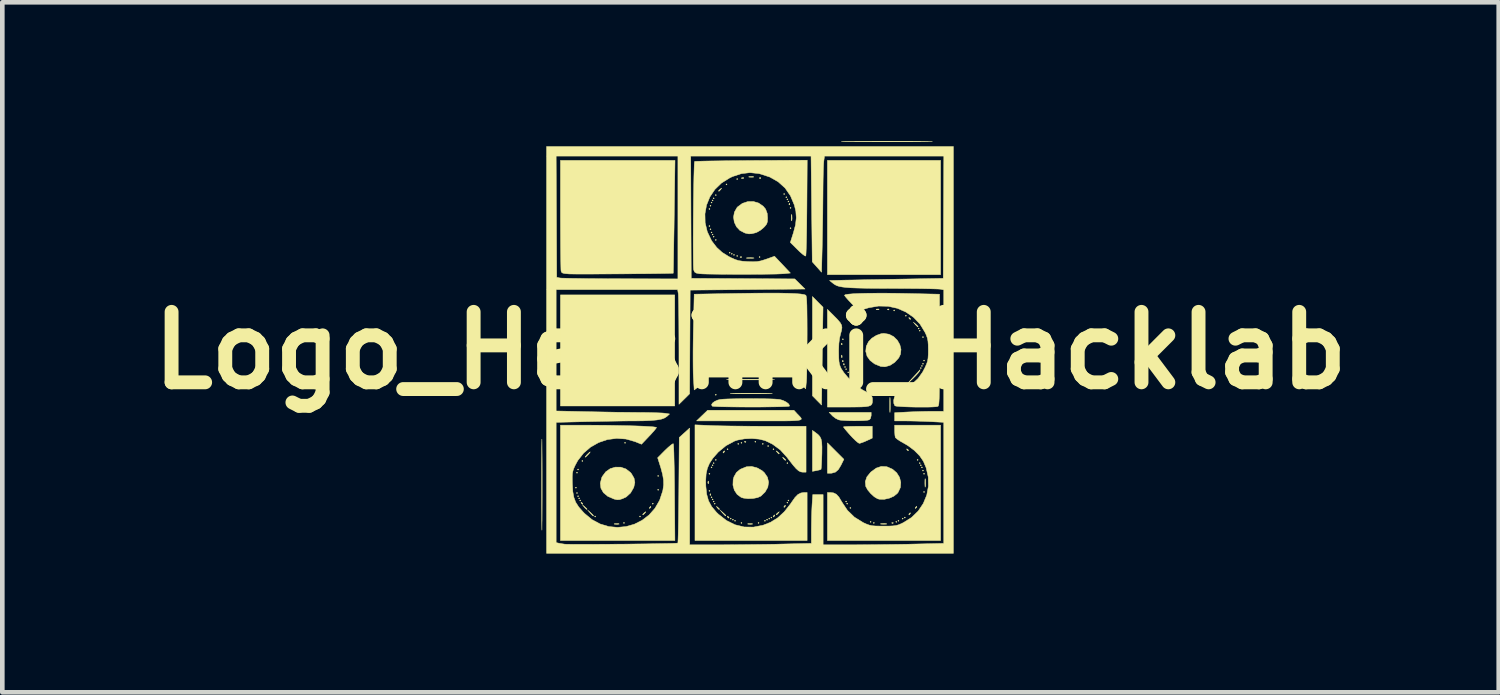
<source format=kicad_pcb>
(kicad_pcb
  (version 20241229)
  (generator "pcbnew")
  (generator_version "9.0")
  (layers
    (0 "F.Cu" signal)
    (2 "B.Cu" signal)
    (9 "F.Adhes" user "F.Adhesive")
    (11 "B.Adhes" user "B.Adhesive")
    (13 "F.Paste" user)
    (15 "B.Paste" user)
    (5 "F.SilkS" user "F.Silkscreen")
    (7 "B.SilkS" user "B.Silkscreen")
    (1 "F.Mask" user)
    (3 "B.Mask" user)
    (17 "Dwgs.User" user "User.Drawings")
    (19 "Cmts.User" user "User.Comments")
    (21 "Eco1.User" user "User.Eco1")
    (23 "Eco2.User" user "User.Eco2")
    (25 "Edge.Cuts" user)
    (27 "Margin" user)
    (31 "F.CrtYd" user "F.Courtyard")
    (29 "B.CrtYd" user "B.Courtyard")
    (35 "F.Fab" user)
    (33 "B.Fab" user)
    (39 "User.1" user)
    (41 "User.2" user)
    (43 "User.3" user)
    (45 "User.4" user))
  (footprint "Logo_Helsinki_Hacklab"
    (layer "F.Cu")
    (at 13.179 4.528)
    (property "Reference" "Logo_Helsinki_Hacklab" (at 0 0 0) (layer "F.SilkS") (effects (font (size 1.524 1.524) (thickness 0.3))))
    (attr through_hole)
    (fp_poly (pts (xy -3.764 2.967) (xy -3.775 2.979) (xy -3.787 2.967) (xy -3.775 2.956) (xy -3.764 2.967)) (stroke (width 0.01) (type solid)) (fill yes) (layer "F.SilkS"))
    (fp_poly (pts (xy -3.741 2.644) (xy -3.752 2.655) (xy -3.764 2.644) (xy -3.752 2.632) (xy -3.741 2.644)) (stroke (width 0.01) (type solid)) (fill yes) (layer "F.SilkS"))
    (fp_poly (pts (xy -3.741 3.083) (xy -3.752 3.094) (xy -3.764 3.083) (xy -3.752 3.071) (xy -3.741 3.083)) (stroke (width 0.01) (type solid)) (fill yes) (layer "F.SilkS"))
    (fp_poly (pts (xy -3.718 2.575) (xy -3.729 2.586) (xy -3.741 2.575) (xy -3.729 2.563) (xy -3.718 2.575)) (stroke (width 0.01) (type solid)) (fill yes) (layer "F.SilkS"))
    (fp_poly (pts (xy -3.718 3.152) (xy -3.729 3.163) (xy -3.741 3.152) (xy -3.729 3.14) (xy -3.718 3.152)) (stroke (width 0.01) (type solid)) (fill yes) (layer "F.SilkS"))
    (fp_poly (pts (xy -3.695 3.198) (xy -3.706 3.21) (xy -3.718 3.198) (xy -3.706 3.187) (xy -3.695 3.198)) (stroke (width 0.01) (type solid)) (fill yes) (layer "F.SilkS"))
    (fp_poly (pts (xy -3.671 3.244) (xy -3.683 3.256) (xy -3.695 3.244) (xy -3.683 3.233) (xy -3.671 3.244)) (stroke (width 0.01) (type solid)) (fill yes) (layer "F.SilkS"))
    (fp_poly (pts (xy -3.625 2.39) (xy -3.637 2.401) (xy -3.648 2.39) (xy -3.637 2.378) (xy -3.625 2.39)) (stroke (width 0.01) (type solid)) (fill yes) (layer "F.SilkS"))
    (fp_poly (pts (xy -3.348 3.591) (xy -3.36 3.602) (xy -3.371 3.591) (xy -3.36 3.579) (xy -3.348 3.591)) (stroke (width 0.01) (type solid)) (fill yes) (layer "F.SilkS"))
    (fp_poly (pts (xy -2.725 3.729) (xy -2.736 3.741) (xy -2.748 3.729) (xy -2.736 3.718) (xy -2.725 3.729)) (stroke (width 0.01) (type solid)) (fill yes) (layer "F.SilkS"))
    (fp_poly (pts (xy -2.702 1.997) (xy -2.713 2.009) (xy -2.725 1.997) (xy -2.713 1.986) (xy -2.702 1.997)) (stroke (width 0.01) (type solid)) (fill yes) (layer "F.SilkS"))
    (fp_poly (pts (xy -2.378 3.591) (xy -2.39 3.602) (xy -2.401 3.591) (xy -2.39 3.579) (xy -2.378 3.591)) (stroke (width 0.01) (type solid)) (fill yes) (layer "F.SilkS"))
    (fp_poly (pts (xy -2.101 3.314) (xy -2.113 3.325) (xy -2.124 3.314) (xy -2.113 3.302) (xy -2.101 3.314)) (stroke (width 0.01) (type solid)) (fill yes) (layer "F.SilkS"))
    (fp_poly (pts (xy -1.986 2.713) (xy -1.997 2.725) (xy -2.009 2.713) (xy -1.997 2.702) (xy -1.986 2.713)) (stroke (width 0.01) (type solid)) (fill yes) (layer "F.SilkS"))
    (fp_poly (pts (xy -1.986 3.013) (xy -1.997 3.025) (xy -2.009 3.013) (xy -1.997 3.002) (xy -1.986 3.013)) (stroke (width 0.01) (type solid)) (fill yes) (layer "F.SilkS"))
    (fp_poly (pts (xy -1.639 1.201) (xy -4.11 1.201) (xy -4.11 -1.201) (xy -1.639 -1.201) (xy -1.639 1.201)) (stroke (width 0.01) (type solid)) (fill yes) (layer "F.SilkS"))
    (fp_poly (pts (xy -0.877 -3.06) (xy -0.889 -3.048) (xy -0.901 -3.06) (xy -0.889 -3.071) (xy -0.877 -3.06)) (stroke (width 0.01) (type solid)) (fill yes) (layer "F.SilkS"))
    (fp_poly (pts (xy -0.877 -2.69) (xy -0.889 -2.679) (xy -0.901 -2.69) (xy -0.889 -2.702) (xy -0.877 -2.69)) (stroke (width 0.01) (type solid)) (fill yes) (layer "F.SilkS"))
    (fp_poly (pts (xy -0.877 2.667) (xy -0.889 2.679) (xy -0.901 2.667) (xy -0.889 2.655) (xy -0.877 2.667)) (stroke (width 0.01) (type solid)) (fill yes) (layer "F.SilkS"))
    (fp_poly (pts (xy -0.877 3.036) (xy -0.889 3.048) (xy -0.901 3.036) (xy -0.889 3.025) (xy -0.877 3.036)) (stroke (width 0.01) (type solid)) (fill yes) (layer "F.SilkS"))
    (fp_poly (pts (xy -0.854 -3.129) (xy -0.866 -3.117) (xy -0.877 -3.129) (xy -0.866 -3.14) (xy -0.854 -3.129)) (stroke (width 0.01) (type solid)) (fill yes) (layer "F.SilkS"))
    (fp_poly (pts (xy -0.854 -2.621) (xy -0.866 -2.609) (xy -0.877 -2.621) (xy -0.866 -2.632) (xy -0.854 -2.621)) (stroke (width 0.01) (type solid)) (fill yes) (layer "F.SilkS"))
    (fp_poly (pts (xy -0.831 -3.198) (xy -0.843 -3.187) (xy -0.854 -3.198) (xy -0.843 -3.21) (xy -0.831 -3.198)) (stroke (width 0.01) (type solid)) (fill yes) (layer "F.SilkS"))
    (fp_poly (pts (xy -0.831 -2.552) (xy -0.843 -2.54) (xy -0.854 -2.552) (xy -0.843 -2.563) (xy -0.831 -2.552)) (stroke (width 0.01) (type solid)) (fill yes) (layer "F.SilkS"))
    (fp_poly (pts (xy -0.831 2.528) (xy -0.843 2.54) (xy -0.854 2.528) (xy -0.843 2.517) (xy -0.831 2.528)) (stroke (width 0.01) (type solid)) (fill yes) (layer "F.SilkS"))
    (fp_poly (pts (xy -0.831 3.175) (xy -0.843 3.187) (xy -0.854 3.175) (xy -0.843 3.163) (xy -0.831 3.175)) (stroke (width 0.01) (type solid)) (fill yes) (layer "F.SilkS"))
    (fp_poly (pts (xy -0.808 -3.244) (xy -0.82 -3.233) (xy -0.831 -3.244) (xy -0.82 -3.256) (xy -0.808 -3.244)) (stroke (width 0.01) (type solid)) (fill yes) (layer "F.SilkS"))
    (fp_poly (pts (xy -0.808 -2.505) (xy -0.82 -2.494) (xy -0.831 -2.505) (xy -0.82 -2.517) (xy -0.808 -2.505)) (stroke (width 0.01) (type solid)) (fill yes) (layer "F.SilkS"))
    (fp_poly (pts (xy -0.808 2.482) (xy -0.82 2.494) (xy -0.831 2.482) (xy -0.82 2.471) (xy -0.808 2.482)) (stroke (width 0.01) (type solid)) (fill yes) (layer "F.SilkS"))
    (fp_poly (pts (xy -0.808 3.221) (xy -0.82 3.233) (xy -0.831 3.221) (xy -0.82 3.21) (xy -0.808 3.221)) (stroke (width 0.01) (type solid)) (fill yes) (layer "F.SilkS"))
    (fp_poly (pts (xy -0.785 -3.29) (xy -0.797 -3.279) (xy -0.808 -3.29) (xy -0.797 -3.302) (xy -0.785 -3.29)) (stroke (width 0.01) (type solid)) (fill yes) (layer "F.SilkS"))
    (fp_poly (pts (xy -0.785 -2.459) (xy -0.797 -2.448) (xy -0.808 -2.459) (xy -0.797 -2.471) (xy -0.785 -2.459)) (stroke (width 0.01) (type solid)) (fill yes) (layer "F.SilkS"))
    (fp_poly (pts (xy -0.785 2.436) (xy -0.797 2.448) (xy -0.808 2.436) (xy -0.797 2.425) (xy -0.785 2.436)) (stroke (width 0.01) (type solid)) (fill yes) (layer "F.SilkS"))
    (fp_poly (pts (xy -0.785 3.267) (xy -0.797 3.279) (xy -0.808 3.267) (xy -0.797 3.256) (xy -0.785 3.267)) (stroke (width 0.01) (type solid)) (fill yes) (layer "F.SilkS"))
    (fp_poly (pts (xy -0.762 3.314) (xy -0.774 3.325) (xy -0.785 3.314) (xy -0.774 3.302) (xy -0.762 3.314)) (stroke (width 0.01) (type solid)) (fill yes) (layer "F.SilkS"))
    (fp_poly (pts (xy -0.739 -3.36) (xy -0.75 -3.348) (xy -0.762 -3.36) (xy -0.75 -3.371) (xy -0.739 -3.36)) (stroke (width 0.01) (type solid)) (fill yes) (layer "F.SilkS"))
    (fp_poly (pts (xy -0.739 -2.39) (xy -0.75 -2.378) (xy -0.762 -2.39) (xy -0.75 -2.401) (xy -0.739 -2.39)) (stroke (width 0.01) (type solid)) (fill yes) (layer "F.SilkS"))
    (fp_poly (pts (xy -0.739 0.958) (xy -0.75 0.97) (xy -0.762 0.958) (xy -0.75 0.947) (xy -0.739 0.958)) (stroke (width 0.01) (type solid)) (fill yes) (layer "F.SilkS"))
    (fp_poly (pts (xy -0.739 2.367) (xy -0.75 2.378) (xy -0.762 2.367) (xy -0.75 2.355) (xy -0.739 2.367)) (stroke (width 0.01) (type solid)) (fill yes) (layer "F.SilkS"))
    (fp_poly (pts (xy -0.508 -3.591) (xy -0.52 -3.579) (xy -0.531 -3.591) (xy -0.52 -3.602) (xy -0.508 -3.591)) (stroke (width 0.01) (type solid)) (fill yes) (layer "F.SilkS"))
    (fp_poly (pts (xy -0.485 2.136) (xy -0.496 2.147) (xy -0.508 2.136) (xy -0.496 2.124) (xy -0.485 2.136)) (stroke (width 0.01) (type solid)) (fill yes) (layer "F.SilkS"))
    (fp_poly (pts (xy -0.439 -2.113) (xy -0.45 -2.101) (xy -0.462 -2.113) (xy -0.45 -2.124) (xy -0.439 -2.113)) (stroke (width 0.01) (type solid)) (fill yes) (layer "F.SilkS"))
    (fp_poly (pts (xy -0.416 3.637) (xy -0.427 3.648) (xy -0.439 3.637) (xy -0.427 3.625) (xy -0.416 3.637)) (stroke (width 0.01) (type solid)) (fill yes) (layer "F.SilkS"))
    (fp_poly (pts (xy -0.393 -2.09) (xy -0.404 -2.078) (xy -0.416 -2.09) (xy -0.404 -2.101) (xy -0.393 -2.09)) (stroke (width 0.01) (type solid)) (fill yes) (layer "F.SilkS"))
    (fp_poly (pts (xy -0.369 3.66) (xy -0.381 3.671) (xy -0.393 3.66) (xy -0.381 3.648) (xy -0.369 3.66)) (stroke (width 0.01) (type solid)) (fill yes) (layer "F.SilkS"))
    (fp_poly (pts (xy -0.346 -2.067) (xy -0.358 -2.055) (xy -0.369 -2.067) (xy -0.358 -2.078) (xy -0.346 -2.067)) (stroke (width 0.01) (type solid)) (fill yes) (layer "F.SilkS"))
    (fp_poly (pts (xy -0.323 3.683) (xy -0.335 3.695) (xy -0.346 3.683) (xy -0.335 3.671) (xy -0.323 3.683)) (stroke (width 0.01) (type solid)) (fill yes) (layer "F.SilkS"))
    (fp_poly (pts (xy -0.277 -3.706) (xy -0.289 -3.695) (xy -0.3 -3.706) (xy -0.289 -3.718) (xy -0.277 -3.706)) (stroke (width 0.01) (type solid)) (fill yes) (layer "F.SilkS"))
    (fp_poly (pts (xy -0.277 -2.044) (xy -0.289 -2.032) (xy -0.3 -2.044) (xy -0.289 -2.055) (xy -0.277 -2.044)) (stroke (width 0.01) (type solid)) (fill yes) (layer "F.SilkS"))
    (fp_poly (pts (xy -0.254 2.02) (xy -0.266 2.032) (xy -0.277 2.02) (xy -0.266 2.009) (xy -0.254 2.02)) (stroke (width 0.01) (type solid)) (fill yes) (layer "F.SilkS"))
    (fp_poly (pts (xy -0.185 1.997) (xy -0.196 2.009) (xy -0.208 1.997) (xy -0.196 1.986) (xy -0.185 1.997)) (stroke (width 0.01) (type solid)) (fill yes) (layer "F.SilkS"))
    (fp_poly (pts (xy -0.185 3.729) (xy -0.196 3.741) (xy -0.208 3.729) (xy -0.196 3.718) (xy -0.185 3.729)) (stroke (width 0.01) (type solid)) (fill yes) (layer "F.SilkS"))
    (fp_poly (pts (xy 0.115 1.974) (xy 0.104 1.986) (xy 0.092 1.974) (xy 0.104 1.963) (xy 0.115 1.974)) (stroke (width 0.01) (type solid)) (fill yes) (layer "F.SilkS"))
    (fp_poly (pts (xy 0.185 3.729) (xy 0.173 3.741) (xy 0.162 3.729) (xy 0.173 3.718) (xy 0.185 3.729)) (stroke (width 0.01) (type solid)) (fill yes) (layer "F.SilkS"))
    (fp_poly (pts (xy 0.208 -2.02) (xy 0.196 -2.009) (xy 0.185 -2.02) (xy 0.196 -2.032) (xy 0.208 -2.02)) (stroke (width 0.01) (type solid)) (fill yes) (layer "F.SilkS"))
    (fp_poly (pts (xy 0.277 2.02) (xy 0.266 2.032) (xy 0.254 2.02) (xy 0.266 2.009) (xy 0.277 2.02)) (stroke (width 0.01) (type solid)) (fill yes) (layer "F.SilkS"))
    (fp_poly (pts (xy 0.323 3.683) (xy 0.312 3.695) (xy 0.3 3.683) (xy 0.312 3.671) (xy 0.323 3.683)) (stroke (width 0.01) (type solid)) (fill yes) (layer "F.SilkS"))
    (fp_poly (pts (xy 0.369 3.66) (xy 0.358 3.671) (xy 0.346 3.66) (xy 0.358 3.648) (xy 0.369 3.66)) (stroke (width 0.01) (type solid)) (fill yes) (layer "F.SilkS"))
    (fp_poly (pts (xy 0.393 2.067) (xy 0.381 2.078) (xy 0.369 2.067) (xy 0.381 2.055) (xy 0.393 2.067)) (stroke (width 0.01) (type solid)) (fill yes) (layer "F.SilkS"))
    (fp_poly (pts (xy 0.416 3.637) (xy 0.404 3.648) (xy 0.393 3.637) (xy 0.404 3.625) (xy 0.416 3.637)) (stroke (width 0.01) (type solid)) (fill yes) (layer "F.SilkS"))
    (fp_poly (pts (xy 0.462 3.614) (xy 0.45 3.625) (xy 0.439 3.614) (xy 0.45 3.602) (xy 0.462 3.614)) (stroke (width 0.01) (type solid)) (fill yes) (layer "F.SilkS"))
    (fp_poly (pts (xy 0.508 2.136) (xy 0.496 2.147) (xy 0.485 2.136) (xy 0.496 2.124) (xy 0.508 2.136)) (stroke (width 0.01) (type solid)) (fill yes) (layer "F.SilkS"))
    (fp_poly (pts (xy 0.739 -3.383) (xy 0.727 -3.371) (xy 0.716 -3.383) (xy 0.727 -3.394) (xy 0.739 -3.383)) (stroke (width 0.01) (type solid)) (fill yes) (layer "F.SilkS"))
    (fp_poly (pts (xy 0.785 -3.314) (xy 0.774 -3.302) (xy 0.762 -3.314) (xy 0.774 -3.325) (xy 0.785 -3.314)) (stroke (width 0.01) (type solid)) (fill yes) (layer "F.SilkS"))
    (fp_poly (pts (xy 0.808 -3.267) (xy 0.797 -3.256) (xy 0.785 -3.267) (xy 0.797 -3.279) (xy 0.808 -3.267)) (stroke (width 0.01) (type solid)) (fill yes) (layer "F.SilkS"))
    (fp_poly (pts (xy 0.808 2.436) (xy 0.797 2.448) (xy 0.785 2.436) (xy 0.797 2.425) (xy 0.808 2.436)) (stroke (width 0.01) (type solid)) (fill yes) (layer "F.SilkS"))
    (fp_poly (pts (xy 0.808 3.29) (xy 0.797 3.302) (xy 0.785 3.29) (xy 0.797 3.279) (xy 0.808 3.29)) (stroke (width 0.01) (type solid)) (fill yes) (layer "F.SilkS"))
    (fp_poly (pts (xy 0.831 -3.221) (xy 0.82 -3.21) (xy 0.808 -3.221) (xy 0.82 -3.233) (xy 0.831 -3.221)) (stroke (width 0.01) (type solid)) (fill yes) (layer "F.SilkS"))
    (fp_poly (pts (xy 0.831 3.244) (xy 0.82 3.256) (xy 0.808 3.244) (xy 0.82 3.233) (xy 0.831 3.244)) (stroke (width 0.01) (type solid)) (fill yes) (layer "F.SilkS"))
    (fp_poly (pts (xy 0.877 -3.083) (xy 0.866 -3.071) (xy 0.854 -3.083) (xy 0.866 -3.094) (xy 0.877 -3.083)) (stroke (width 0.01) (type solid)) (fill yes) (layer "F.SilkS"))
    (fp_poly (pts (xy 0.877 -2.644) (xy 0.866 -2.632) (xy 0.854 -2.644) (xy 0.866 -2.655) (xy 0.877 -2.644)) (stroke (width 0.01) (type solid)) (fill yes) (layer "F.SilkS"))
    (fp_poly (pts (xy 2.009 -0.242) (xy 1.997 -0.231) (xy 1.986 -0.242) (xy 1.997 -0.254) (xy 2.009 -0.242)) (stroke (width 0.01) (type solid)) (fill yes) (layer "F.SilkS"))
    (fp_poly (pts (xy 2.055 0.358) (xy 2.044 0.369) (xy 2.032 0.358) (xy 2.044 0.346) (xy 2.055 0.358)) (stroke (width 0.01) (type solid)) (fill yes) (layer "F.SilkS"))
    (fp_poly (pts (xy 2.078 0.404) (xy 2.067 0.416) (xy 2.055 0.404) (xy 2.067 0.393) (xy 2.078 0.404)) (stroke (width 0.01) (type solid)) (fill yes) (layer "F.SilkS"))
    (fp_poly (pts (xy 2.078 3.267) (xy 2.067 3.279) (xy 2.055 3.267) (xy 2.067 3.256) (xy 2.078 3.267)) (stroke (width 0.01) (type solid)) (fill yes) (layer "F.SilkS"))
    (fp_poly (pts (xy 2.101 3.314) (xy 2.09 3.325) (xy 2.078 3.314) (xy 2.09 3.302) (xy 2.101 3.314)) (stroke (width 0.01) (type solid)) (fill yes) (layer "F.SilkS"))
    (fp_poly (pts (xy 2.124 0.473) (xy 2.113 0.485) (xy 2.101 0.473) (xy 2.113 0.462) (xy 2.124 0.473)) (stroke (width 0.01) (type solid)) (fill yes) (layer "F.SilkS"))
    (fp_poly (pts (xy 2.171 3.406) (xy 2.159 3.417) (xy 2.147 3.406) (xy 2.159 3.394) (xy 2.171 3.406)) (stroke (width 0.01) (type solid)) (fill yes) (layer "F.SilkS"))
    (fp_poly (pts (xy 2.609 3.706) (xy 2.598 3.718) (xy 2.586 3.706) (xy 2.598 3.695) (xy 2.609 3.706)) (stroke (width 0.01) (type solid)) (fill yes) (layer "F.SilkS"))
    (fp_poly (pts (xy 2.679 3.729) (xy 2.667 3.741) (xy 2.655 3.729) (xy 2.667 3.718) (xy 2.679 3.729)) (stroke (width 0.01) (type solid)) (fill yes) (layer "F.SilkS"))
    (fp_poly (pts (xy 3.117 -0.866) (xy 3.106 -0.854) (xy 3.094 -0.866) (xy 3.106 -0.877) (xy 3.117 -0.866)) (stroke (width 0.01) (type solid)) (fill yes) (layer "F.SilkS"))
    (fp_poly (pts (xy 3.163 3.706) (xy 3.152 3.718) (xy 3.14 3.706) (xy 3.152 3.695) (xy 3.163 3.706)) (stroke (width 0.01) (type solid)) (fill yes) (layer "F.SilkS"))
    (fp_poly (pts (xy 3.21 3.683) (xy 3.198 3.695) (xy 3.187 3.683) (xy 3.198 3.671) (xy 3.21 3.683)) (stroke (width 0.01) (type solid)) (fill yes) (layer "F.SilkS"))
    (fp_poly (pts (xy 3.302 0.774) (xy 3.29 0.785) (xy 3.279 0.774) (xy 3.29 0.762) (xy 3.302 0.774)) (stroke (width 0.01) (type solid)) (fill yes) (layer "F.SilkS"))
    (fp_poly (pts (xy 3.302 3.637) (xy 3.29 3.648) (xy 3.279 3.637) (xy 3.29 3.625) (xy 3.302 3.637)) (stroke (width 0.01) (type solid)) (fill yes) (layer "F.SilkS"))
    (fp_poly (pts (xy 3.348 3.614) (xy 3.337 3.625) (xy 3.325 3.614) (xy 3.337 3.602) (xy 3.348 3.614)) (stroke (width 0.01) (type solid)) (fill yes) (layer "F.SilkS"))
    (fp_poly (pts (xy 3.371 -0.75) (xy 3.36 -0.739) (xy 3.348 -0.75) (xy 3.36 -0.762) (xy 3.371 -0.75)) (stroke (width 0.01) (type solid)) (fill yes) (layer "F.SilkS"))
    (fp_poly (pts (xy 3.625 2.367) (xy 3.614 2.378) (xy 3.602 2.367) (xy 3.614 2.355) (xy 3.625 2.367)) (stroke (width 0.01) (type solid)) (fill yes) (layer "F.SilkS"))
    (fp_poly (pts (xy 3.648 -0.473) (xy 3.637 -0.462) (xy 3.625 -0.473) (xy 3.637 -0.485) (xy 3.648 -0.473)) (stroke (width 0.01) (type solid)) (fill yes) (layer "F.SilkS"))
    (fp_poly (pts (xy 3.671 -0.427) (xy 3.66 -0.416) (xy 3.648 -0.427) (xy 3.66 -0.439) (xy 3.671 -0.427)) (stroke (width 0.01) (type solid)) (fill yes) (layer "F.SilkS"))
    (fp_poly (pts (xy 3.671 2.436) (xy 3.66 2.448) (xy 3.648 2.436) (xy 3.66 2.425) (xy 3.671 2.436)) (stroke (width 0.01) (type solid)) (fill yes) (layer "F.SilkS"))
    (fp_poly (pts (xy 3.695 0.381) (xy 3.683 0.393) (xy 3.671 0.381) (xy 3.683 0.369) (xy 3.695 0.381)) (stroke (width 0.01) (type solid)) (fill yes) (layer "F.SilkS"))
    (fp_poly (pts (xy 3.695 2.482) (xy 3.683 2.494) (xy 3.671 2.482) (xy 3.683 2.471) (xy 3.695 2.482)) (stroke (width 0.01) (type solid)) (fill yes) (layer "F.SilkS"))
    (fp_poly (pts (xy 3.718 0.335) (xy 3.706 0.346) (xy 3.695 0.335) (xy 3.706 0.323) (xy 3.718 0.335)) (stroke (width 0.01) (type solid)) (fill yes) (layer "F.SilkS"))
    (fp_poly (pts (xy 3.718 2.528) (xy 3.706 2.54) (xy 3.695 2.528) (xy 3.706 2.517) (xy 3.718 2.528)) (stroke (width 0.01) (type solid)) (fill yes) (layer "F.SilkS"))
    (fp_poly (pts (xy 3.741 -0.289) (xy 3.729 -0.277) (xy 3.718 -0.289) (xy 3.729 -0.3) (xy 3.741 -0.289)) (stroke (width 0.01) (type solid)) (fill yes) (layer "F.SilkS"))
    (fp_poly (pts (xy 3.741 0.289) (xy 3.729 0.3) (xy 3.718 0.289) (xy 3.729 0.277) (xy 3.741 0.289)) (stroke (width 0.01) (type solid)) (fill yes) (layer "F.SilkS"))
    (fp_poly (pts (xy 3.741 2.598) (xy 3.729 2.609) (xy 3.718 2.598) (xy 3.729 2.586) (xy 3.741 2.598)) (stroke (width 0.01) (type solid)) (fill yes) (layer "F.SilkS"))
    (fp_poly (pts (xy 3.764 0.219) (xy 3.752 0.231) (xy 3.741 0.219) (xy 3.752 0.208) (xy 3.764 0.219)) (stroke (width 0.01) (type solid)) (fill yes) (layer "F.SilkS"))
    (fp_poly (pts (xy 3.764 2.667) (xy 3.752 2.679) (xy 3.741 2.667) (xy 3.752 2.655) (xy 3.764 2.667)) (stroke (width 0.01) (type solid)) (fill yes) (layer "F.SilkS"))
    (fp_poly (pts (xy 3.764 3.06) (xy 3.752 3.071) (xy 3.741 3.06) (xy 3.752 3.048) (xy 3.764 3.06)) (stroke (width 0.01) (type solid)) (fill yes) (layer "F.SilkS"))
    (fp_poly (pts (xy 4.11 -1.639) (xy 1.663 -1.639) (xy 1.663 -4.11) (xy 4.11 -4.11) (xy 4.11 -1.639)) (stroke (width 0.01) (type solid)) (fill yes) (layer "F.SilkS"))
    (fp_poly (pts (xy -0.908 2.836) (xy -0.905 2.872) (xy -0.91 2.88) (xy -0.92 2.873) (xy -0.922 2.85) (xy -0.916 2.825) (xy -0.908 2.836)) (stroke (width 0.01) (type solid)) (fill yes) (layer "F.SilkS"))
    (fp_poly (pts (xy -0.862 3.102) (xy -0.859 3.129) (xy -0.862 3.133) (xy -0.876 3.129) (xy -0.877 3.117) (xy -0.869 3.098) (xy -0.862 3.102)) (stroke (width 0.01) (type solid)) (fill yes) (layer "F.SilkS"))
    (fp_poly (pts (xy -0.192 -2.024) (xy -0.196 -2.011) (xy -0.208 -2.009) (xy -0.227 -2.017) (xy -0.223 -2.024) (xy -0.196 -2.027) (xy -0.192 -2.024)) (stroke (width 0.01) (type solid)) (fill yes) (layer "F.SilkS"))
    (fp_poly (pts (xy -0.145 -3.732) (xy -0.152 -3.721) (xy -0.175 -3.719) (xy -0.2 -3.725) (xy -0.189 -3.733) (xy -0.153 -3.736) (xy -0.145 -3.732)) (stroke (width 0.01) (type solid)) (fill yes) (layer "F.SilkS"))
    (fp_poly (pts (xy -0.1 1.97) (xy -0.103 1.984) (xy -0.115 1.986) (xy -0.134 1.977) (xy -0.131 1.97) (xy -0.103 1.968) (xy -0.1 1.97)) (stroke (width 0.01) (type solid)) (fill yes) (layer "F.SilkS"))
    (fp_poly (pts (xy 0.223 -3.733) (xy 0.22 -3.719) (xy 0.208 -3.718) (xy 0.189 -3.726) (xy 0.192 -3.733) (xy 0.22 -3.736) (xy 0.223 -3.733)) (stroke (width 0.01) (type solid)) (fill yes) (layer "F.SilkS"))
    (fp_poly (pts (xy 0.847 -3.179) (xy 0.849 -3.151) (xy 0.847 -3.148) (xy 0.833 -3.151) (xy 0.831 -3.163) (xy 0.84 -3.182) (xy 0.847 -3.179)) (stroke (width 0.01) (type solid)) (fill yes) (layer "F.SilkS"))
    (fp_poly (pts (xy 1.978 -0.154) (xy 1.981 -0.127) (xy 1.978 -0.123) (xy 1.964 -0.126) (xy 1.963 -0.139) (xy 1.971 -0.158) (xy 1.978 -0.154)) (stroke (width 0.01) (type solid)) (fill yes) (layer "F.SilkS"))
    (fp_poly (pts (xy 1.979 0.111) (xy 1.981 0.147) (xy 1.977 0.155) (xy 1.966 0.148) (xy 1.965 0.125) (xy 1.97 0.1) (xy 1.979 0.111)) (stroke (width 0.01) (type solid)) (fill yes) (layer "F.SilkS"))
    (fp_poly (pts (xy 2.001 0.216) (xy 2.004 0.243) (xy 2.001 0.246) (xy 1.987 0.243) (xy 1.986 0.231) (xy 1.994 0.212) (xy 2.001 0.216)) (stroke (width 0.01) (type solid)) (fill yes) (layer "F.SilkS"))
    (fp_poly (pts (xy 2.024 0.285) (xy 2.027 0.312) (xy 2.024 0.316) (xy 2.011 0.312) (xy 2.009 0.3) (xy 2.017 0.281) (xy 2.024 0.285)) (stroke (width 0.01) (type solid)) (fill yes) (layer "F.SilkS"))
    (fp_poly (pts (xy 2.777 -0.893) (xy 2.78 -0.884) (xy 2.748 -0.881) (xy 2.715 -0.885) (xy 2.719 -0.893) (xy 2.766 -0.896) (xy 2.777 -0.893)) (stroke (width 0.01) (type solid)) (fill yes) (layer "F.SilkS"))
    (fp_poly (pts (xy 2.994 -0.893) (xy 2.991 -0.879) (xy 2.979 -0.877) (xy 2.96 -0.886) (xy 2.963 -0.893) (xy 2.991 -0.896) (xy 2.994 -0.893)) (stroke (width 0.01) (type solid)) (fill yes) (layer "F.SilkS"))
    (fp_poly (pts (xy 3.086 3.725) (xy 3.083 3.739) (xy 3.071 3.741) (xy 3.052 3.732) (xy 3.056 3.725) (xy 3.083 3.723) (xy 3.086 3.725)) (stroke (width 0.01) (type solid)) (fill yes) (layer "F.SilkS"))
    (fp_poly (pts (xy -3.652 3.288) (xy -3.627 3.312) (xy -3.632 3.325) (xy -3.635 3.325) (xy -3.655 3.309) (xy -3.662 3.298) (xy -3.665 3.283) (xy -3.652 3.288)) (stroke (width 0.01) (type solid)) (fill yes) (layer "F.SilkS"))
    (fp_poly (pts (xy -3.585 3.381) (xy -3.548 3.414) (xy -3.533 3.433) (xy -3.543 3.438) (xy -3.577 3.407) (xy -3.593 3.389) (xy -3.637 3.337) (xy -3.585 3.381)) (stroke (width 0.01) (type solid)) (fill yes) (layer "F.SilkS"))
    (fp_poly (pts (xy -0.488 3.588) (xy -0.464 3.612) (xy -0.469 3.625) (xy -0.472 3.625) (xy -0.492 3.609) (xy -0.499 3.599) (xy -0.501 3.583) (xy -0.488 3.588)) (stroke (width 0.01) (type solid)) (fill yes) (layer "F.SilkS"))
    (fp_poly (pts (xy 1.454 -1.05) (xy 1.568 -0.935) (xy 1.552 0.122) (xy 1.536 1.18) (xy 1.437 1.08) (xy 1.339 0.98) (xy 1.339 -1.166) (xy 1.454 -1.05)) (stroke (width 0.01) (type solid)) (fill yes) (layer "F.SilkS"))
    (fp_poly (pts (xy 3.391 2.134) (xy 3.415 2.155) (xy 3.417 2.16) (xy 3.406 2.17) (xy 3.384 2.149) (xy 3.381 2.144) (xy 3.378 2.128) (xy 3.391 2.134)) (stroke (width 0.01) (type solid)) (fill yes) (layer "F.SilkS"))
    (fp_poly (pts (xy 3.437 -0.706) (xy 3.462 -0.685) (xy 3.464 -0.68) (xy 3.453 -0.67) (xy 3.43 -0.692) (xy 3.427 -0.696) (xy 3.424 -0.712) (xy 3.437 -0.706)) (stroke (width 0.01) (type solid)) (fill yes) (layer "F.SilkS"))
    (fp_poly (pts (xy 3.573 -0.568) (xy 3.61 -0.534) (xy 3.625 -0.516) (xy 3.615 -0.51) (xy 3.582 -0.541) (xy 3.565 -0.56) (xy 3.521 -0.612) (xy 3.573 -0.568)) (stroke (width 0.01) (type solid)) (fill yes) (layer "F.SilkS"))
    (fp_poly (pts (xy -3.458 3.508) (xy -3.41 3.553) (xy -3.395 3.575) (xy -3.402 3.579) (xy -3.42 3.564) (xy -3.457 3.525) (xy -3.465 3.516) (xy -3.521 3.452) (xy -3.458 3.508)) (stroke (width 0.01) (type solid)) (fill yes) (layer "F.SilkS"))
    (fp_poly (pts (xy -2.846 3.748) (xy -2.84 3.754) (xy -2.873 3.758) (xy -2.898 3.758) (xy -2.943 3.756) (xy -2.949 3.751) (xy -2.938 3.747) (xy -2.878 3.744) (xy -2.846 3.748)) (stroke (width 0.01) (type solid)) (fill yes) (layer "F.SilkS"))
    (fp_poly (pts (xy -2.27 3.499) (xy -2.283 3.516) (xy -2.317 3.551) (xy -2.332 3.551) (xy -2.332 3.547) (xy -2.316 3.528) (xy -2.292 3.507) (xy -2.264 3.487) (xy -2.27 3.499)) (stroke (width 0.01) (type solid)) (fill yes) (layer "F.SilkS"))
    (fp_poly (pts (xy -2.155 3.386) (xy -2.159 3.394) (xy -2.181 3.416) (xy -2.185 3.417) (xy -2.186 3.403) (xy -2.182 3.394) (xy -2.16 3.372) (xy -2.156 3.371) (xy -2.155 3.386)) (stroke (width 0.01) (type solid)) (fill yes) (layer "F.SilkS"))
    (fp_poly (pts (xy -0.727 3.379) (xy -0.71 3.391) (xy -0.674 3.425) (xy -0.674 3.44) (xy -0.678 3.441) (xy -0.698 3.425) (xy -0.719 3.4) (xy -0.739 3.373) (xy -0.727 3.379)) (stroke (width 0.01) (type solid)) (fill yes) (layer "F.SilkS"))
    (fp_poly (pts (xy -0.631 -3.498) (xy -0.644 -3.481) (xy -0.677 -3.445) (xy -0.692 -3.445) (xy -0.693 -3.449) (xy -0.677 -3.469) (xy -0.652 -3.49) (xy -0.625 -3.51) (xy -0.631 -3.498)) (stroke (width 0.01) (type solid)) (fill yes) (layer "F.SilkS"))
    (fp_poly (pts (xy -0.595 3.508) (xy -0.546 3.553) (xy -0.531 3.575) (xy -0.539 3.579) (xy -0.557 3.564) (xy -0.593 3.525) (xy -0.602 3.516) (xy -0.658 3.452) (xy -0.595 3.508)) (stroke (width 0.01) (type solid)) (fill yes) (layer "F.SilkS"))
    (fp_poly (pts (xy -0.561 2.185) (xy -0.566 2.194) (xy -0.587 2.216) (xy -0.592 2.217) (xy -0.593 2.202) (xy -0.589 2.194) (xy -0.567 2.172) (xy -0.563 2.171) (xy -0.561 2.185)) (stroke (width 0.01) (type solid)) (fill yes) (layer "F.SilkS"))
    (fp_poly (pts (xy 0.041 3.748) (xy 0.046 3.754) (xy 0.013 3.758) (xy -0.012 3.758) (xy -0.056 3.756) (xy -0.063 3.751) (xy -0.052 3.747) (xy 0.008 3.744) (xy 0.041 3.748)) (stroke (width 0.01) (type solid)) (fill yes) (layer "F.SilkS"))
    (fp_poly (pts (xy 0.064 -3.757) (xy 0.069 -3.75) (xy 0.036 -3.747) (xy 0.012 -3.747) (xy -0.033 -3.749) (xy -0.04 -3.754) (xy -0.029 -3.757) (xy 0.032 -3.761) (xy 0.064 -3.757)) (stroke (width 0.01) (type solid)) (fill yes) (layer "F.SilkS"))
    (fp_poly (pts (xy 0.524 3.571) (xy 0.52 3.579) (xy 0.498 3.601) (xy 0.494 3.602) (xy 0.492 3.587) (xy 0.496 3.579) (xy 0.518 3.557) (xy 0.522 3.556) (xy 0.524 3.571)) (stroke (width 0.01) (type solid)) (fill yes) (layer "F.SilkS"))
    (fp_poly (pts (xy 0.566 2.178) (xy 0.583 2.191) (xy 0.615 2.219) (xy 0.623 2.231) (xy 0.612 2.238) (xy 0.582 2.208) (xy 0.574 2.199) (xy 0.554 2.172) (xy 0.566 2.178)) (stroke (width 0.01) (type solid)) (fill yes) (layer "F.SilkS"))
    (fp_poly (pts (xy 0.616 3.499) (xy 0.603 3.516) (xy 0.57 3.551) (xy 0.555 3.551) (xy 0.554 3.547) (xy 0.57 3.528) (xy 0.595 3.507) (xy 0.622 3.487) (xy 0.616 3.499)) (stroke (width 0.01) (type solid)) (fill yes) (layer "F.SilkS"))
    (fp_poly (pts (xy 0.705 2.316) (xy 0.722 2.329) (xy 0.754 2.358) (xy 0.762 2.37) (xy 0.751 2.377) (xy 0.72 2.347) (xy 0.713 2.338) (xy 0.693 2.311) (xy 0.705 2.316)) (stroke (width 0.01) (type solid)) (fill yes) (layer "F.SilkS"))
    (fp_poly (pts (xy 0.755 3.363) (xy 0.75 3.371) (xy 0.729 3.393) (xy 0.725 3.394) (xy 0.723 3.379) (xy 0.727 3.371) (xy 0.749 3.349) (xy 0.753 3.348) (xy 0.755 3.363)) (stroke (width 0.01) (type solid)) (fill yes) (layer "F.SilkS"))
    (fp_poly (pts (xy 0.894 -2.926) (xy 0.898 -2.858) (xy 0.894 -2.811) (xy 0.888 -2.802) (xy 0.885 -2.832) (xy 0.884 -2.875) (xy 0.886 -2.927) (xy 0.89 -2.943) (xy 0.894 -2.926)) (stroke (width 0.01) (type solid)) (fill yes) (layer "F.SilkS"))
    (fp_poly (pts (xy 2.939 3.748) (xy 2.948 3.753) (xy 2.918 3.756) (xy 2.875 3.757) (xy 2.822 3.755) (xy 2.807 3.751) (xy 2.823 3.747) (xy 2.891 3.743) (xy 2.939 3.748)) (stroke (width 0.01) (type solid)) (fill yes) (layer "F.SilkS"))
    (fp_poly (pts (xy 3.364 0.731) (xy 3.36 0.739) (xy 3.338 0.761) (xy 3.334 0.762) (xy 3.332 0.747) (xy 3.337 0.739) (xy 3.358 0.717) (xy 3.362 0.716) (xy 3.364 0.731)) (stroke (width 0.01) (type solid)) (fill yes) (layer "F.SilkS"))
    (fp_poly (pts (xy 3.456 3.525) (xy 3.452 3.533) (xy 3.43 3.555) (xy 3.426 3.556) (xy 3.425 3.541) (xy 3.429 3.533) (xy 3.451 3.511) (xy 3.455 3.51) (xy 3.456 3.525)) (stroke (width 0.01) (type solid)) (fill yes) (layer "F.SilkS"))
    (fp_poly (pts (xy 3.595 3.386) (xy 3.591 3.394) (xy 3.569 3.416) (xy 3.565 3.417) (xy 3.563 3.403) (xy 3.568 3.394) (xy 3.589 3.372) (xy 3.593 3.371) (xy 3.595 3.386)) (stroke (width 0.01) (type solid)) (fill yes) (layer "F.SilkS"))
    (fp_poly (pts (xy 0.064 -2.002) (xy 0.077 -1.998) (xy 0.049 -1.994) (xy -0.012 -1.993) (xy -0.071 -1.994) (xy -0.094 -1.998) (xy -0.075 -2.002) (xy -0.075 -2.003) (xy 0.001 -2.006) (xy 0.064 -2.002)) (stroke (width 0.01) (type solid)) (fill yes) (layer "F.SilkS"))
    (fp_poly (pts (xy 1.841 2.176) (xy 2.019 2.354) (xy 1.956 2.482) (xy 1.899 2.576) (xy 1.836 2.631) (xy 1.756 2.654) (xy 1.719 2.655) (xy 1.663 2.655) (xy 1.663 1.998) (xy 1.841 2.176)) (stroke (width 0.01) (type solid)) (fill yes) (layer "F.SilkS"))
    (fp_poly (pts (xy 3.78 2.784) (xy 3.781 2.788) (xy 3.784 2.869) (xy 3.781 2.938) (xy 3.776 2.956) (xy 3.773 2.932) (xy 3.771 2.873) (xy 3.771 2.863) (xy 3.772 2.8) (xy 3.776 2.772) (xy 3.78 2.784)) (stroke (width 0.01) (type solid)) (fill yes) (layer "F.SilkS"))
    (fp_poly (pts (xy -3.473 2.208) (xy -3.503 2.244) (xy -3.51 2.251) (xy -3.549 2.29) (xy -3.574 2.309) (xy -3.576 2.309) (xy -3.57 2.295) (xy -3.54 2.259) (xy -3.533 2.251) (xy -3.493 2.213) (xy -3.469 2.194) (xy -3.467 2.194) (xy -3.473 2.208)) (stroke (width 0.01) (type solid)) (fill yes) (layer "F.SilkS"))
    (fp_poly (pts (xy 3.667 0.423) (xy 3.653 0.45) (xy 3.625 0.489) (xy 3.573 0.546) (xy 3.509 0.61) (xy 3.506 0.612) (xy 3.384 0.727) (xy 3.521 0.577) (xy 3.583 0.509) (xy 3.633 0.454) (xy 3.663 0.421) (xy 3.668 0.416) (xy 3.667 0.423)) (stroke (width 0.01) (type solid)) (fill yes) (layer "F.SilkS"))
    (fp_poly (pts (xy 3.018 1.037) (xy 3.019 1.045) (xy 3.022 1.151) (xy 3.021 1.265) (xy 3.019 1.31) (xy 3.016 1.341) (xy 3.013 1.329) (xy 3.011 1.278) (xy 3.011 1.193) (xy 3.011 1.178) (xy 3.011 1.088) (xy 3.013 1.032) (xy 3.015 1.014) (xy 3.018 1.037)) (stroke (width 0.01) (type solid)) (fill yes) (layer "F.SilkS"))
    (fp_poly (pts (xy 2.609 1.408) (xy 2.593 1.473) (xy 2.565 1.5) (xy 2.523 1.51) (xy 2.446 1.517) (xy 2.346 1.52) (xy 2.234 1.521) (xy 2.121 1.519) (xy 2.019 1.514) (xy 1.94 1.507) (xy 1.904 1.499) (xy 1.842 1.469) (xy 1.778 1.42) (xy 1.767 1.409) (xy 1.7 1.339) (xy 2.609 1.339) (xy 2.609 1.408)) (stroke (width 0.01) (type solid)) (fill yes) (layer "F.SilkS"))
    (fp_poly (pts (xy 1.405 1.776) (xy 1.461 1.819) (xy 1.5 1.863) (xy 1.526 1.916) (xy 1.54 1.987) (xy 1.545 2.085) (xy 1.544 2.218) (xy 1.543 2.251) (xy 1.539 2.366) (xy 1.535 2.463) (xy 1.53 2.533) (xy 1.525 2.569) (xy 1.524 2.571) (xy 1.496 2.582) (xy 1.441 2.595) (xy 1.426 2.598) (xy 1.339 2.614) (xy 1.339 1.729) (xy 1.405 1.776)) (stroke (width 0.01) (type solid)) (fill yes) (layer "F.SilkS"))
    (fp_poly (pts (xy 0.196 0.927) (xy 0.364 0.929) (xy 0.388 0.929) (xy 0.452 0.931) (xy 0.472 0.933) (xy 0.45 0.934) (xy 0.39 0.935) (xy 0.292 0.936) (xy 0.161 0.936) (xy 0.012 0.936) (xy -0.149 0.936) (xy -0.276 0.936) (xy -0.369 0.935) (xy -0.424 0.934) (xy -0.44 0.932) (xy -0.415 0.931) (xy -0.351 0.929) (xy -0.183 0.927) (xy 0.006 0.927) (xy 0.196 0.927)) (stroke (width 0.01) (type solid)) (fill yes) (layer "F.SilkS"))
    (fp_poly (pts (xy 1.007 1.368) (xy 1.041 1.403) (xy 1.07 1.433) (xy 1.09 1.457) (xy 1.099 1.477) (xy 1.093 1.492) (xy 1.069 1.504) (xy 1.023 1.513) (xy 0.952 1.518) (xy 0.853 1.522) (xy 0.723 1.524) (xy 0.558 1.524) (xy 0.355 1.524) (xy 0.11 1.524) (xy -0.014 1.524) (xy -1.166 1.523) (xy -1.047 1.408) (xy -0.927 1.293) (xy 0.938 1.293) (xy 1.007 1.368)) (stroke (width 0.01) (type solid)) (fill yes) (layer "F.SilkS"))
    (fp_poly (pts (xy 2.632 1.896) (xy 2.511 1.952) (xy 2.438 1.983) (xy 2.378 2.004) (xy 2.352 2.009) (xy 2.322 1.992) (xy 2.27 1.948) (xy 2.205 1.884) (xy 2.162 1.838) (xy 2.097 1.764) (xy 2.046 1.704) (xy 2.015 1.664) (xy 2.009 1.653) (xy 2.031 1.648) (xy 2.09 1.644) (xy 2.179 1.641) (xy 2.289 1.64) (xy 2.321 1.639) (xy 2.632 1.639) (xy 2.632 1.896)) (stroke (width 0.01) (type solid)) (fill yes) (layer "F.SilkS"))
    (fp_poly (pts (xy 0.168 0.627) (xy 0.358 0.628) (xy 0.421 0.629) (xy 0.493 0.631) (xy 0.52 0.632) (xy 0.505 0.633) (xy 0.451 0.634) (xy 0.36 0.635) (xy 0.233 0.636) (xy 0.073 0.636) (xy 0 0.636) (xy -0.173 0.636) (xy -0.313 0.635) (xy -0.419 0.635) (xy -0.488 0.634) (xy -0.519 0.633) (xy -0.509 0.631) (xy -0.455 0.63) (xy -0.421 0.629) (xy -0.243 0.627) (xy -0.04 0.626) (xy 0.168 0.627)) (stroke (width 0.01) (type solid)) (fill yes) (layer "F.SilkS"))
    (fp_poly (pts (xy 2.997 -0.35) (xy 3.096 -0.298) (xy 3.175 -0.22) (xy 3.229 -0.125) (xy 3.254 -0.022) (xy 3.243 0.081) (xy 3.206 0.16) (xy 3.118 0.257) (xy 3.016 0.323) (xy 2.908 0.353) (xy 2.817 0.346) (xy 2.686 0.293) (xy 2.586 0.217) (xy 2.52 0.124) (xy 2.492 0.019) (xy 2.503 -0.09) (xy 2.551 -0.188) (xy 2.624 -0.265) (xy 2.722 -0.326) (xy 2.827 -0.363) (xy 2.883 -0.369) (xy 2.997 -0.35)) (stroke (width 0.01) (type solid)) (fill yes) (layer "F.SilkS"))
    (fp_poly (pts (xy 0.138 2.537) (xy 0.247 2.597) (xy 0.299 2.643) (xy 0.366 2.741) (xy 0.391 2.848) (xy 0.374 2.957) (xy 0.316 3.06) (xy 0.225 3.149) (xy 0.152 3.182) (xy 0.052 3.201) (xy -0.056 3.205) (xy -0.155 3.192) (xy -0.202 3.177) (xy -0.289 3.113) (xy -0.35 3.021) (xy -0.38 2.911) (xy -0.375 2.793) (xy -0.358 2.733) (xy -0.304 2.638) (xy -0.22 2.569) (xy -0.1 2.52) (xy -0.085 2.515) (xy 0.023 2.508) (xy 0.138 2.537)) (stroke (width 0.01) (type solid)) (fill yes) (layer "F.SilkS"))
    (fp_poly (pts (xy -2.806 2.524) (xy -2.695 2.562) (xy -2.599 2.636) (xy -2.575 2.664) (xy -2.518 2.762) (xy -2.501 2.856) (xy -2.524 2.959) (xy -2.526 2.964) (xy -2.593 3.081) (xy -2.688 3.168) (xy -2.769 3.206) (xy -2.835 3.226) (xy -2.885 3.228) (xy -2.944 3.215) (xy -2.956 3.211) (xy -3.087 3.154) (xy -3.181 3.075) (xy -3.235 2.979) (xy -3.248 2.87) (xy -3.218 2.752) (xy -3.205 2.725) (xy -3.13 2.624) (xy -3.033 2.556) (xy -2.921 2.523) (xy -2.806 2.524)) (stroke (width 0.01) (type solid)) (fill yes) (layer "F.SilkS"))
    (fp_poly (pts (xy 2.939 2.513) (xy 2.954 2.517) (xy 3.071 2.568) (xy 3.161 2.646) (xy 3.222 2.743) (xy 3.249 2.851) (xy 3.241 2.962) (xy 3.193 3.066) (xy 3.173 3.092) (xy 3.1 3.151) (xy 3 3.195) (xy 2.892 3.219) (xy 2.791 3.218) (xy 2.748 3.207) (xy 2.676 3.164) (xy 2.6 3.095) (xy 2.534 3.016) (xy 2.494 2.943) (xy 2.492 2.94) (xy 2.482 2.837) (xy 2.516 2.735) (xy 2.595 2.637) (xy 2.608 2.625) (xy 2.719 2.544) (xy 2.827 2.508) (xy 2.939 2.513)) (stroke (width 0.01) (type solid)) (fill yes) (layer "F.SilkS"))
    (fp_poly (pts (xy 0.176 -3.187) (xy 0.276 -3.117) (xy 0.326 -3.056) (xy 0.361 -2.964) (xy 0.369 -2.866) (xy 0.366 -2.789) (xy 0.35 -2.736) (xy 0.312 -2.686) (xy 0.282 -2.655) (xy 0.211 -2.597) (xy 0.133 -2.553) (xy 0.103 -2.543) (xy 0.023 -2.524) (xy -0.038 -2.521) (xy -0.105 -2.535) (xy -0.124 -2.541) (xy -0.227 -2.593) (xy -0.303 -2.674) (xy -0.351 -2.774) (xy -0.367 -2.883) (xy -0.348 -2.991) (xy -0.293 -3.088) (xy -0.279 -3.104) (xy -0.176 -3.18) (xy -0.059 -3.219) (xy 0.061 -3.221) (xy 0.176 -3.187)) (stroke (width 0.01) (type solid)) (fill yes) (layer "F.SilkS"))
    (fp_poly (pts (xy -4.511 1.932) (xy -4.51 1.987) (xy -4.509 2.086) (xy -4.509 2.109) (xy -4.507 2.347) (xy -4.506 2.616) (xy -4.506 2.899) (xy -4.506 3.183) (xy -4.507 3.451) (xy -4.508 3.688) (xy -4.509 3.702) (xy -4.51 3.807) (xy -4.51 3.868) (xy -4.511 3.886) (xy -4.512 3.862) (xy -4.513 3.798) (xy -4.514 3.697) (xy -4.514 3.559) (xy -4.515 3.386) (xy -4.515 3.179) (xy -4.515 2.941) (xy -4.515 2.898) (xy -4.515 2.655) (xy -4.515 2.444) (xy -4.514 2.266) (xy -4.514 2.123) (xy -4.513 2.017) (xy -4.512 1.948) (xy -4.512 1.919) (xy -4.511 1.932)) (stroke (width 0.01) (type solid)) (fill yes) (layer "F.SilkS"))
    (fp_poly (pts (xy 3.229 -4.522) (xy 3.497 -4.522) (xy 3.735 -4.52) (xy 3.748 -4.52) (xy 3.853 -4.519) (xy 3.914 -4.518) (xy 3.932 -4.517) (xy 3.908 -4.516) (xy 3.845 -4.516) (xy 3.743 -4.515) (xy 3.605 -4.514) (xy 3.432 -4.514) (xy 3.225 -4.514) (xy 2.987 -4.514) (xy 2.944 -4.514) (xy 2.701 -4.514) (xy 2.49 -4.514) (xy 2.312 -4.514) (xy 2.169 -4.515) (xy 2.063 -4.515) (xy 1.994 -4.516) (xy 1.965 -4.517) (xy 1.978 -4.518) (xy 2.033 -4.519) (xy 2.132 -4.52) (xy 2.155 -4.52) (xy 2.394 -4.521) (xy 2.662 -4.522) (xy 2.946 -4.523) (xy 3.229 -4.522)) (stroke (width 0.01) (type solid)) (fill yes) (layer "F.SilkS"))
    (fp_poly (pts (xy 0.107 1.043) (xy 0.263 1.044) (xy 0.403 1.047) (xy 0.519 1.051) (xy 0.603 1.057) (xy 0.63 1.06) (xy 0.702 1.081) (xy 0.769 1.114) (xy 0.82 1.152) (xy 0.843 1.188) (xy 0.841 1.204) (xy 0.815 1.209) (xy 0.75 1.213) (xy 0.652 1.217) (xy 0.526 1.219) (xy 0.38 1.221) (xy 0.219 1.223) (xy 0.05 1.223) (xy -0.12 1.223) (xy -0.285 1.222) (xy -0.44 1.22) (xy -0.577 1.218) (xy -0.69 1.215) (xy -0.773 1.211) (xy -0.82 1.206) (xy -0.827 1.204) (xy -0.843 1.175) (xy -0.823 1.139) (xy -0.776 1.103) (xy -0.708 1.073) (xy -0.657 1.061) (xy -0.593 1.054) (xy -0.493 1.049) (xy -0.364 1.046) (xy -0.215 1.043) (xy -0.055 1.042) (xy 0.107 1.043)) (stroke (width 0.01) (type solid)) (fill yes) (layer "F.SilkS"))
    (fp_poly (pts (xy 1.799 -0.753) (xy 1.884 -0.666) (xy 1.94 -0.6) (xy 1.97 -0.545) (xy 1.977 -0.491) (xy 1.967 -0.427) (xy 1.949 -0.364) (xy 1.925 -0.264) (xy 1.911 -0.151) (xy 1.906 -0.011) (xy 1.906 0.035) (xy 1.908 0.153) (xy 1.913 0.237) (xy 1.924 0.3) (xy 1.942 0.353) (xy 1.961 0.393) (xy 2.02 0.481) (xy 2.105 0.582) (xy 2.206 0.684) (xy 2.311 0.775) (xy 2.407 0.844) (xy 2.436 0.861) (xy 2.53 0.911) (xy 2.589 0.95) (xy 2.621 0.987) (xy 2.635 1.029) (xy 2.637 1.074) (xy 2.635 1.122) (xy 2.625 1.158) (xy 2.603 1.185) (xy 2.561 1.203) (xy 2.495 1.215) (xy 2.399 1.221) (xy 2.268 1.223) (xy 2.108 1.224) (xy 1.663 1.224) (xy 1.663 -0.888) (xy 1.799 -0.753)) (stroke (width 0.01) (type solid)) (fill yes) (layer "F.SilkS"))
    (fp_poly (pts (xy 0.598 -1.24) (xy 0.8 -1.236) (xy 0.959 -1.23) (xy 1.078 -1.221) (xy 1.156 -1.209) (xy 1.195 -1.195) (xy 1.203 -1.178) (xy 1.21 -1.138) (xy 1.215 -1.071) (xy 1.219 -0.975) (xy 1.221 -0.845) (xy 1.223 -0.678) (xy 1.224 -0.471) (xy 1.224 -0.347) (xy 1.223 -0.148) (xy 1.222 0.045) (xy 1.22 0.223) (xy 1.218 0.381) (xy 1.215 0.511) (xy 1.212 0.607) (xy 1.209 0.654) (xy 1.194 0.829) (xy 0.916 0.577) (xy -0.914 0.577) (xy -1.006 0.672) (xy -1.069 0.733) (xy -1.13 0.788) (xy -1.158 0.81) (xy -1.218 0.854) (xy -1.235 0.584) (xy -1.239 0.493) (xy -1.241 0.364) (xy -1.242 0.205) (xy -1.242 0.025) (xy -1.24 -0.169) (xy -1.237 -0.368) (xy -1.235 -0.452) (xy -1.218 -1.217) (xy -0.269 -1.233) (xy 0.065 -1.238) (xy 0.354 -1.24) (xy 0.598 -1.24)) (stroke (width 0.01) (type solid)) (fill yes) (layer "F.SilkS"))
    (fp_poly (pts (xy -1.65 -2.892) (xy -1.653 -2.66) (xy -1.657 -2.442) (xy -1.66 -2.242) (xy -1.663 -2.066) (xy -1.665 -1.917) (xy -1.667 -1.799) (xy -1.669 -1.717) (xy -1.67 -1.675) (xy -1.671 -1.67) (xy -1.694 -1.669) (xy -1.759 -1.667) (xy -1.859 -1.665) (xy -1.989 -1.663) (xy -2.143 -1.661) (xy -2.316 -1.659) (xy -2.504 -1.658) (xy -2.699 -1.656) (xy -2.897 -1.655) (xy -3.093 -1.654) (xy -3.281 -1.653) (xy -3.455 -1.652) (xy -3.61 -1.652) (xy -3.741 -1.652) (xy -3.843 -1.653) (xy -3.909 -1.654) (xy -3.929 -1.655) (xy -4.012 -1.662) (xy -4.061 -1.673) (xy -4.086 -1.691) (xy -4.096 -1.716) (xy -4.099 -1.748) (xy -4.101 -1.822) (xy -4.103 -1.933) (xy -4.105 -2.077) (xy -4.107 -2.248) (xy -4.108 -2.443) (xy -4.109 -2.656) (xy -4.11 -2.883) (xy -4.11 -2.938) (xy -4.11 -4.11) (xy -1.633 -4.11) (xy -1.65 -2.892)) (stroke (width 0.01) (type solid)) (fill yes) (layer "F.SilkS"))
    (fp_poly (pts (xy 4.11 4.11) (xy 1.663 4.11) (xy 1.663 3.071) (xy 1.719 3.071) (xy 1.795 3.08) (xy 1.856 3.11) (xy 1.911 3.17) (xy 1.969 3.267) (xy 1.975 3.277) (xy 2.095 3.457) (xy 2.247 3.605) (xy 2.432 3.72) (xy 2.442 3.725) (xy 2.511 3.756) (xy 2.569 3.777) (xy 2.627 3.79) (xy 2.699 3.796) (xy 2.796 3.798) (xy 2.875 3.798) (xy 2.995 3.798) (xy 3.08 3.794) (xy 3.144 3.786) (xy 3.199 3.771) (xy 3.257 3.747) (xy 3.304 3.724) (xy 3.481 3.613) (xy 3.626 3.473) (xy 3.736 3.309) (xy 3.811 3.128) (xy 3.847 2.935) (xy 3.843 2.736) (xy 3.798 2.537) (xy 3.739 2.398) (xy 3.658 2.279) (xy 3.542 2.161) (xy 3.401 2.056) (xy 3.31 2.003) (xy 3.231 1.958) (xy 3.169 1.916) (xy 3.134 1.885) (xy 3.131 1.88) (xy 3.123 1.836) (xy 3.118 1.767) (xy 3.117 1.73) (xy 3.117 1.616) (xy 4.11 1.616) (xy 4.11 4.11)) (stroke (width 0.01) (type solid)) (fill yes) (layer "F.SilkS"))
    (fp_poly (pts (xy -0.851 1.624) (xy -0.743 1.628) (xy -0.598 1.631) (xy -0.422 1.634) (xy -0.226 1.636) (xy -0.017 1.638) (xy 0.197 1.639) (xy 0.35 1.639) (xy 1.201 1.639) (xy 1.201 2.632) (xy 1.128 2.632) (xy 1.084 2.625) (xy 1.039 2.602) (xy 0.987 2.556) (xy 0.923 2.483) (xy 0.842 2.379) (xy 0.79 2.311) (xy 0.648 2.154) (xy 0.478 2.028) (xy 0.315 1.949) (xy 0.184 1.917) (xy 0.03 1.904) (xy -0.13 1.911) (xy -0.276 1.937) (xy -0.346 1.96) (xy -0.53 2.059) (xy -0.697 2.197) (xy -0.815 2.331) (xy -0.886 2.439) (xy -0.933 2.548) (xy -0.96 2.67) (xy -0.969 2.817) (xy -0.966 2.936) (xy -0.948 3.108) (xy -0.908 3.251) (xy -0.84 3.377) (xy -0.736 3.5) (xy -0.693 3.542) (xy -0.521 3.677) (xy -0.335 3.769) (xy -0.138 3.817) (xy 0.065 3.82) (xy 0.272 3.779) (xy 0.432 3.716) (xy 0.589 3.619) (xy 0.732 3.487) (xy 0.867 3.315) (xy 0.891 3.279) (xy 0.962 3.179) (xy 1.025 3.115) (xy 1.089 3.082) (xy 1.163 3.071) (xy 1.168 3.071) (xy 1.224 3.071) (xy 1.224 4.11) (xy -1.201 4.11) (xy -1.201 1.609) (xy -0.851 1.624)) (stroke (width 0.01) (type solid)) (fill yes) (layer "F.SilkS"))
    (fp_poly (pts (xy 2.953 -1.238) (xy 3.196 -1.235) (xy 3.365 -1.232) (xy 4.087 -1.216) (xy 4.087 -0.01) (xy 4.087 0.259) (xy 4.087 0.485) (xy 4.086 0.672) (xy 4.084 0.824) (xy 4.082 0.945) (xy 4.08 1.038) (xy 4.076 1.106) (xy 4.072 1.154) (xy 4.066 1.184) (xy 4.059 1.202) (xy 4.051 1.209) (xy 4.051 1.21) (xy 4.009 1.217) (xy 3.932 1.222) (xy 3.83 1.225) (xy 3.71 1.225) (xy 3.582 1.225) (xy 3.454 1.222) (xy 3.336 1.218) (xy 3.235 1.212) (xy 3.162 1.206) (xy 3.124 1.198) (xy 3.122 1.196) (xy 3.099 1.146) (xy 3.096 1.076) (xy 3.113 1.006) (xy 3.127 0.979) (xy 3.162 0.946) (xy 3.225 0.9) (xy 3.307 0.847) (xy 3.342 0.826) (xy 3.5 0.721) (xy 3.623 0.606) (xy 3.72 0.471) (xy 3.772 0.372) (xy 3.806 0.296) (xy 3.828 0.233) (xy 3.839 0.166) (xy 3.844 0.081) (xy 3.845 -0.012) (xy 3.843 -0.123) (xy 3.837 -0.203) (xy 3.824 -0.268) (xy 3.801 -0.333) (xy 3.773 -0.393) (xy 3.666 -0.569) (xy 3.526 -0.716) (xy 3.361 -0.83) (xy 3.176 -0.911) (xy 2.977 -0.955) (xy 2.769 -0.96) (xy 2.558 -0.924) (xy 2.482 -0.901) (xy 2.344 -0.853) (xy 2.188 -1.012) (xy 2.121 -1.083) (xy 2.068 -1.143) (xy 2.037 -1.183) (xy 2.032 -1.194) (xy 2.054 -1.207) (xy 2.119 -1.217) (xy 2.223 -1.226) (xy 2.362 -1.232) (xy 2.532 -1.236) (xy 2.731 -1.238) (xy 2.953 -1.238)) (stroke (width 0.01) (type solid)) (fill yes) (layer "F.SilkS"))
    (fp_poly (pts (xy -3.298 1.617) (xy -3.075 1.619) (xy -2.863 1.623) (xy -2.664 1.627) (xy -2.484 1.632) (xy -2.328 1.638) (xy -2.2 1.645) (xy -2.105 1.652) (xy -2.048 1.66) (xy -2.032 1.666) (xy -2.047 1.69) (xy -2.087 1.739) (xy -2.146 1.805) (xy -2.195 1.857) (xy -2.357 2.028) (xy -2.498 1.971) (xy -2.695 1.915) (xy -2.895 1.901) (xy -3.094 1.927) (xy -3.283 1.991) (xy -3.457 2.089) (xy -3.61 2.22) (xy -3.735 2.38) (xy -3.79 2.481) (xy -3.821 2.549) (xy -3.84 2.605) (xy -3.851 2.662) (xy -3.855 2.732) (xy -3.854 2.829) (xy -3.852 2.892) (xy -3.843 3.05) (xy -3.82 3.176) (xy -3.78 3.283) (xy -3.716 3.383) (xy -3.623 3.489) (xy -3.591 3.523) (xy -3.428 3.658) (xy -3.252 3.752) (xy -3.066 3.808) (xy -2.878 3.826) (xy -2.691 3.808) (xy -2.511 3.757) (xy -2.343 3.672) (xy -2.193 3.557) (xy -2.065 3.412) (xy -1.965 3.239) (xy -1.899 3.04) (xy -1.894 3.016) (xy -1.879 2.909) (xy -1.881 2.801) (xy -1.901 2.681) (xy -1.94 2.534) (xy -1.953 2.494) (xy -2.008 2.321) (xy -1.848 2.16) (xy -1.778 2.094) (xy -1.72 2.045) (xy -1.681 2.019) (xy -1.669 2.018) (xy -1.665 2.044) (xy -1.661 2.111) (xy -1.657 2.216) (xy -1.654 2.352) (xy -1.65 2.516) (xy -1.647 2.702) (xy -1.644 2.906) (xy -1.643 3.073) (xy -1.635 4.11) (xy -4.11 4.11) (xy -4.11 1.616) (xy -3.525 1.616) (xy -3.298 1.617)) (stroke (width 0.01) (type solid)) (fill yes) (layer "F.SilkS"))
    (fp_poly (pts (xy 1.219 -3.087) (xy 1.217 -2.873) (xy 1.215 -2.674) (xy 1.212 -2.493) (xy 1.209 -2.336) (xy 1.205 -2.208) (xy 1.201 -2.113) (xy 1.197 -2.056) (xy 1.194 -2.041) (xy 1.171 -2.048) (xy 1.124 -2.083) (xy 1.061 -2.138) (xy 1.018 -2.18) (xy 0.861 -2.336) (xy 0.927 -2.542) (xy 0.973 -2.715) (xy 0.99 -2.867) (xy 0.98 -3.011) (xy 0.948 -3.144) (xy 0.864 -3.344) (xy 0.748 -3.512) (xy 0.598 -3.647) (xy 0.417 -3.75) (xy 0.204 -3.819) (xy 0.178 -3.825) (xy -0.012 -3.845) (xy -0.198 -3.823) (xy -0.39 -3.76) (xy -0.452 -3.73) (xy -0.628 -3.62) (xy -0.771 -3.481) (xy -0.879 -3.32) (xy -0.951 -3.143) (xy -0.985 -2.954) (xy -0.981 -2.761) (xy -0.935 -2.568) (xy -0.847 -2.383) (xy -0.832 -2.359) (xy -0.731 -2.227) (xy -0.613 -2.12) (xy -0.465 -2.028) (xy -0.416 -2.003) (xy -0.331 -1.966) (xy -0.255 -1.942) (xy -0.169 -1.929) (xy -0.055 -1.921) (xy -0.051 -1.921) (xy 0.06 -1.918) (xy 0.144 -1.922) (xy 0.22 -1.936) (xy 0.306 -1.962) (xy 0.341 -1.974) (xy 0.519 -2.037) (xy 0.691 -1.856) (xy 0.862 -1.674) (xy 0.714 -1.659) (xy 0.651 -1.656) (xy 0.55 -1.652) (xy 0.418 -1.65) (xy 0.262 -1.648) (xy 0.089 -1.647) (xy -0.095 -1.646) (xy -0.282 -1.646) (xy -0.465 -1.647) (xy -0.639 -1.648) (xy -0.796 -1.65) (xy -0.929 -1.652) (xy -1.031 -1.655) (xy -1.096 -1.659) (xy -1.107 -1.66) (xy -1.173 -1.673) (xy -1.209 -1.696) (xy -1.228 -1.739) (xy -1.23 -1.743) (xy -1.233 -1.778) (xy -1.236 -1.852) (xy -1.237 -1.96) (xy -1.238 -2.098) (xy -1.239 -2.259) (xy -1.239 -2.439) (xy -1.238 -2.631) (xy -1.237 -2.831) (xy -1.235 -3.034) (xy -1.233 -3.233) (xy -1.23 -3.423) (xy -1.227 -3.6) (xy -1.224 -3.757) (xy -1.22 -3.89) (xy -1.217 -3.992) (xy -1.213 -4.06) (xy -1.209 -4.086) (xy -1.209 -4.086) (xy -1.184 -4.089) (xy -1.118 -4.091) (xy -1.014 -4.094) (xy -0.876 -4.097) (xy -0.71 -4.099) (xy -0.519 -4.102) (xy -0.308 -4.104) (xy -0.081 -4.106) (xy 0.015 -4.107) (xy 1.226 -4.114) (xy 1.219 -3.087)) (stroke (width 0.01) (type solid)) (fill yes) (layer "F.SilkS"))
    (fp_poly (pts (xy 4.387 4.387) (xy -4.41 4.387) (xy -4.41 -1.316) (xy -4.203 -1.316) (xy -4.203 1.309) (xy -3.527 1.324) (xy -3.325 1.328) (xy -3.111 1.332) (xy -2.897 1.336) (xy -2.695 1.338) (xy -2.518 1.34) (xy -2.401 1.341) (xy -2.254 1.342) (xy -2.117 1.345) (xy -1.997 1.349) (xy -1.906 1.353) (xy -1.851 1.358) (xy -1.851 1.358) (xy -1.751 1.374) (xy -1.807 1.426) (xy -1.856 1.459) (xy -1.926 1.485) (xy -2.024 1.503) (xy -2.153 1.515) (xy -2.319 1.522) (xy -2.507 1.524) (xy -2.634 1.524) (xy -2.796 1.526) (xy -2.982 1.529) (xy -3.181 1.532) (xy -3.382 1.536) (xy -3.541 1.539) (xy -4.203 1.555) (xy -4.203 4.155) (xy -4.151 4.167) (xy -4.091 4.178) (xy -4.019 4.189) (xy -4.018 4.189) (xy -3.977 4.191) (xy -3.897 4.192) (xy -3.783 4.193) (xy -3.641 4.193) (xy -3.475 4.193) (xy -3.292 4.192) (xy -3.095 4.191) (xy -2.891 4.189) (xy -2.685 4.188) (xy -2.481 4.185) (xy -2.285 4.183) (xy -2.103 4.18) (xy -1.939 4.177) (xy -1.799 4.175) (xy -1.688 4.172) (xy -1.612 4.169) (xy -1.574 4.166) (xy -1.571 4.165) (xy -1.569 4.14) (xy -1.566 4.074) (xy -1.563 3.97) (xy -1.56 3.833) (xy -1.557 3.668) (xy -1.555 3.48) (xy -1.552 3.272) (xy -1.55 3.049) (xy -1.55 3.017) (xy -1.541 1.882) (xy -1.316 1.679) (xy -1.316 4.203) (xy -0.662 4.203) (xy -0.445 4.202) (xy -0.199 4.2) (xy 0.06 4.197) (xy 0.316 4.194) (xy 0.551 4.19) (xy 0.654 4.187) (xy 1.316 4.172) (xy 1.316 3.87) (xy 1.318 3.729) (xy 1.321 3.578) (xy 1.326 3.438) (xy 1.331 3.342) (xy 1.346 3.117) (xy 1.57 3.117) (xy 1.57 4.203) (xy 2.213 4.203) (xy 2.426 4.202) (xy 2.668 4.2) (xy 2.924 4.197) (xy 3.178 4.194) (xy 3.411 4.19) (xy 3.518 4.187) (xy 4.179 4.172) (xy 4.179 1.554) (xy 3.885 1.539) (xy 3.743 1.533) (xy 3.59 1.528) (xy 3.445 1.525) (xy 3.354 1.524) (xy 3.117 1.524) (xy 3.117 1.346) (xy 3.398 1.331) (xy 3.541 1.325) (xy 3.699 1.32) (xy 3.849 1.317) (xy 3.929 1.316) (xy 4.179 1.316) (xy 4.179 -1.31) (xy 4.107 -1.325) (xy 4.068 -1.328) (xy 3.989 -1.331) (xy 3.874 -1.334) (xy 3.73 -1.337) (xy 3.562 -1.339) (xy 3.376 -1.34) (xy 3.177 -1.341) (xy 3.155 -1.341) (xy 2.881 -1.342) (xy 2.649 -1.343) (xy 2.455 -1.346) (xy 2.296 -1.35) (xy 2.167 -1.355) (xy 2.063 -1.363) (xy 1.982 -1.373) (xy 1.919 -1.385) (xy 1.87 -1.4) (xy 1.832 -1.419) (xy 1.799 -1.44) (xy 1.793 -1.445) (xy 1.709 -1.512) (xy 1.98 -1.519) (xy 2.064 -1.521) (xy 2.187 -1.523) (xy 2.343 -1.526) (xy 2.524 -1.53) (xy 2.725 -1.533) (xy 2.938 -1.537) (xy 3.156 -1.541) (xy 3.21 -1.542) (xy 4.168 -1.559) (xy 4.18 -4.203) (xy 1.6 -4.203) (xy 1.585 -4.095) (xy 1.581 -4.043) (xy 1.577 -3.952) (xy 1.573 -3.831) (xy 1.57 -3.685) (xy 1.568 -3.524) (xy 1.567 -3.385) (xy 1.565 -3.181) (xy 1.563 -2.953) (xy 1.559 -2.718) (xy 1.555 -2.492) (xy 1.551 -2.292) (xy 1.55 -2.237) (xy 1.536 -1.692) (xy 1.435 -1.805) (xy 1.335 -1.917) (xy 1.322 -3.06) (xy 1.309 -4.203) (xy -1.293 -4.203) (xy -1.288 -2.881) (xy -1.282 -1.559) (xy -0.162 -1.553) (xy 0.957 -1.547) (xy 1.179 -1.328) (xy -0.063 -1.316) (xy -1.305 -1.305) (xy -1.311 -0.184) (xy -1.317 0.937) (xy -1.432 1.051) (xy -1.547 1.164) (xy -1.547 0.011) (xy -1.548 -0.219) (xy -1.549 -0.437) (xy -1.55 -0.638) (xy -1.552 -0.818) (xy -1.554 -0.971) (xy -1.556 -1.094) (xy -1.559 -1.181) (xy -1.561 -1.227) (xy -1.562 -1.23) (xy -1.576 -1.316) (xy -4.203 -1.316) (xy -4.41 -1.316) (xy -4.41 -4.203) (xy -4.203 -4.203) (xy -4.197 -2.892) (xy -4.191 -1.582) (xy -4.122 -1.567) (xy -4.086 -1.564) (xy -4.008 -1.562) (xy -3.894 -1.559) (xy -3.747 -1.557) (xy -3.571 -1.554) (xy -3.373 -1.553) (xy -3.155 -1.551) (xy -2.923 -1.55) (xy -2.811 -1.55) (xy -1.57 -1.547) (xy -1.57 -4.203) (xy -4.203 -4.203) (xy -4.41 -4.203) (xy -4.41 -4.41) (xy 4.387 -4.41) (xy 4.387 4.387)) (stroke (width 0.01) (type solid)) (fill yes) (layer "F.SilkS")))
  (gr_rect
    (start -3 -3)
    (end 29.358 11.92)
    (stroke (width 0.1) (type default))
    (fill no)
    (layer "Edge.Cuts")))
</source>
